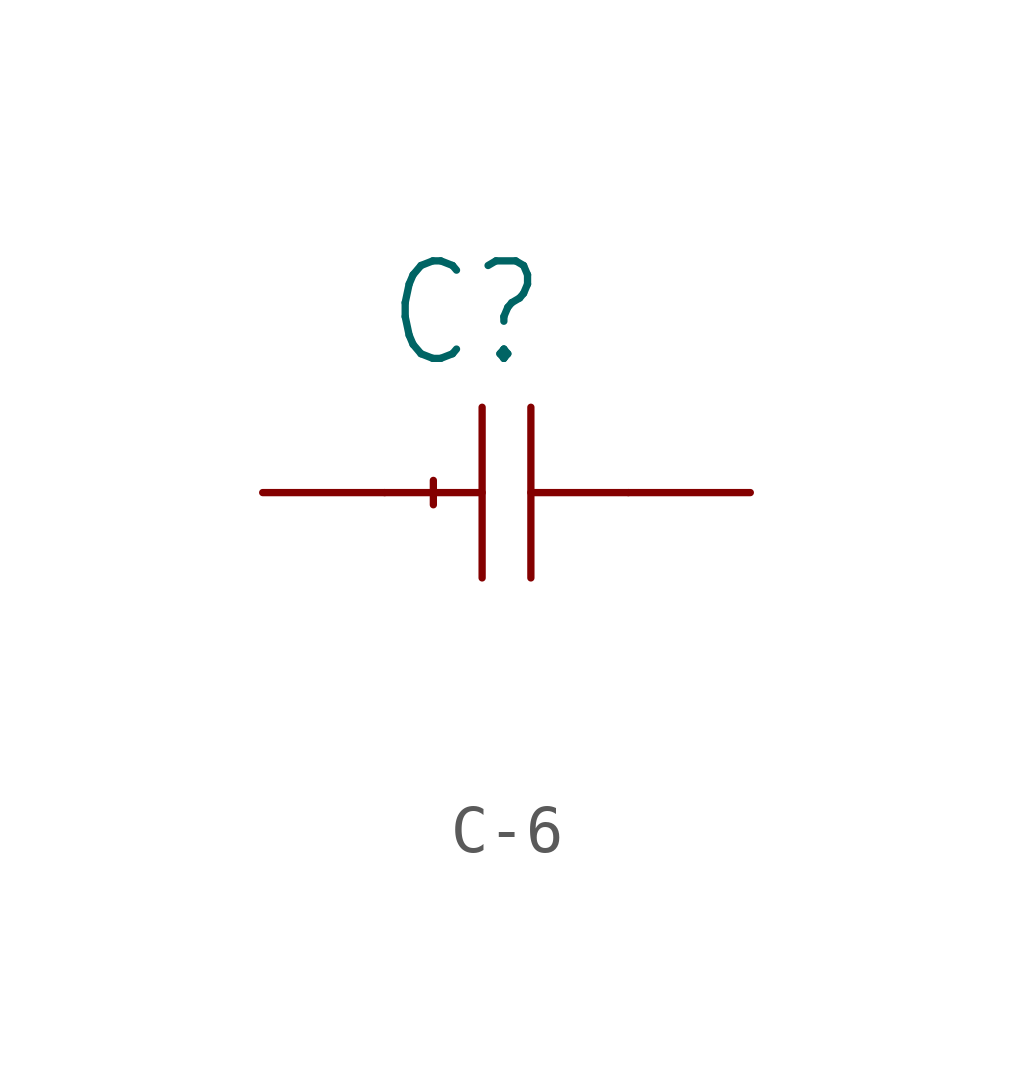
<source format=kicad_sym>
(kicad_symbol_lib
  (version 20241209)
  (generator "kicad_symbol_editor")
  (generator_version "9.0")
  (symbol "C-6"
    (property "Reference" "C"
      (at -2.54 2.54 0)
      (effects (font (size 2.032 1.727)) (justify left bottom)))
    (property "Value" ""
      (at -2.54 -5.08 0)
      (effects (font (size 2.032 1.727)) (justify left bottom)))
    (property "ki_locked" ""
      (at 0 0 0)
      (effects (font (size 1.27 1.27))))
    (symbol "C-6_1_0"
      (polyline (pts (xy -2.54 0) (xy -0.508 0)) (stroke (width 0.152) (type solid)) (fill (type none)))
      (polyline (pts (xy -1.524 0.254) (xy -1.524 -0.254)) (stroke (width 0.152) (type solid)) (fill (type none)))
      (polyline (pts (xy -0.508 1.778) (xy -0.508 -1.778)) (stroke (width 0.152) (type solid)) (fill (type none)))
      (polyline (pts (xy 0.508 1.778) (xy 0.508 -1.778)) (stroke (width 0.152) (type solid)) (fill (type none)))
      (polyline (pts (xy 2.54 0) (xy 0.508 0)) (stroke (width 0.152) (type solid)) (fill (type none)))
      (pin passive line (at -5.08 0 0) (length 2.54) (name "1" (effects (font (size 0 0)))) (number "1" (effects (font (size 0 0)))))
      (pin passive line (at 5.08 0 180) (length 2.54) (name "2" (effects (font (size 0 0)))) (number "2" (effects (font (size 0 0))))))))
</source>
